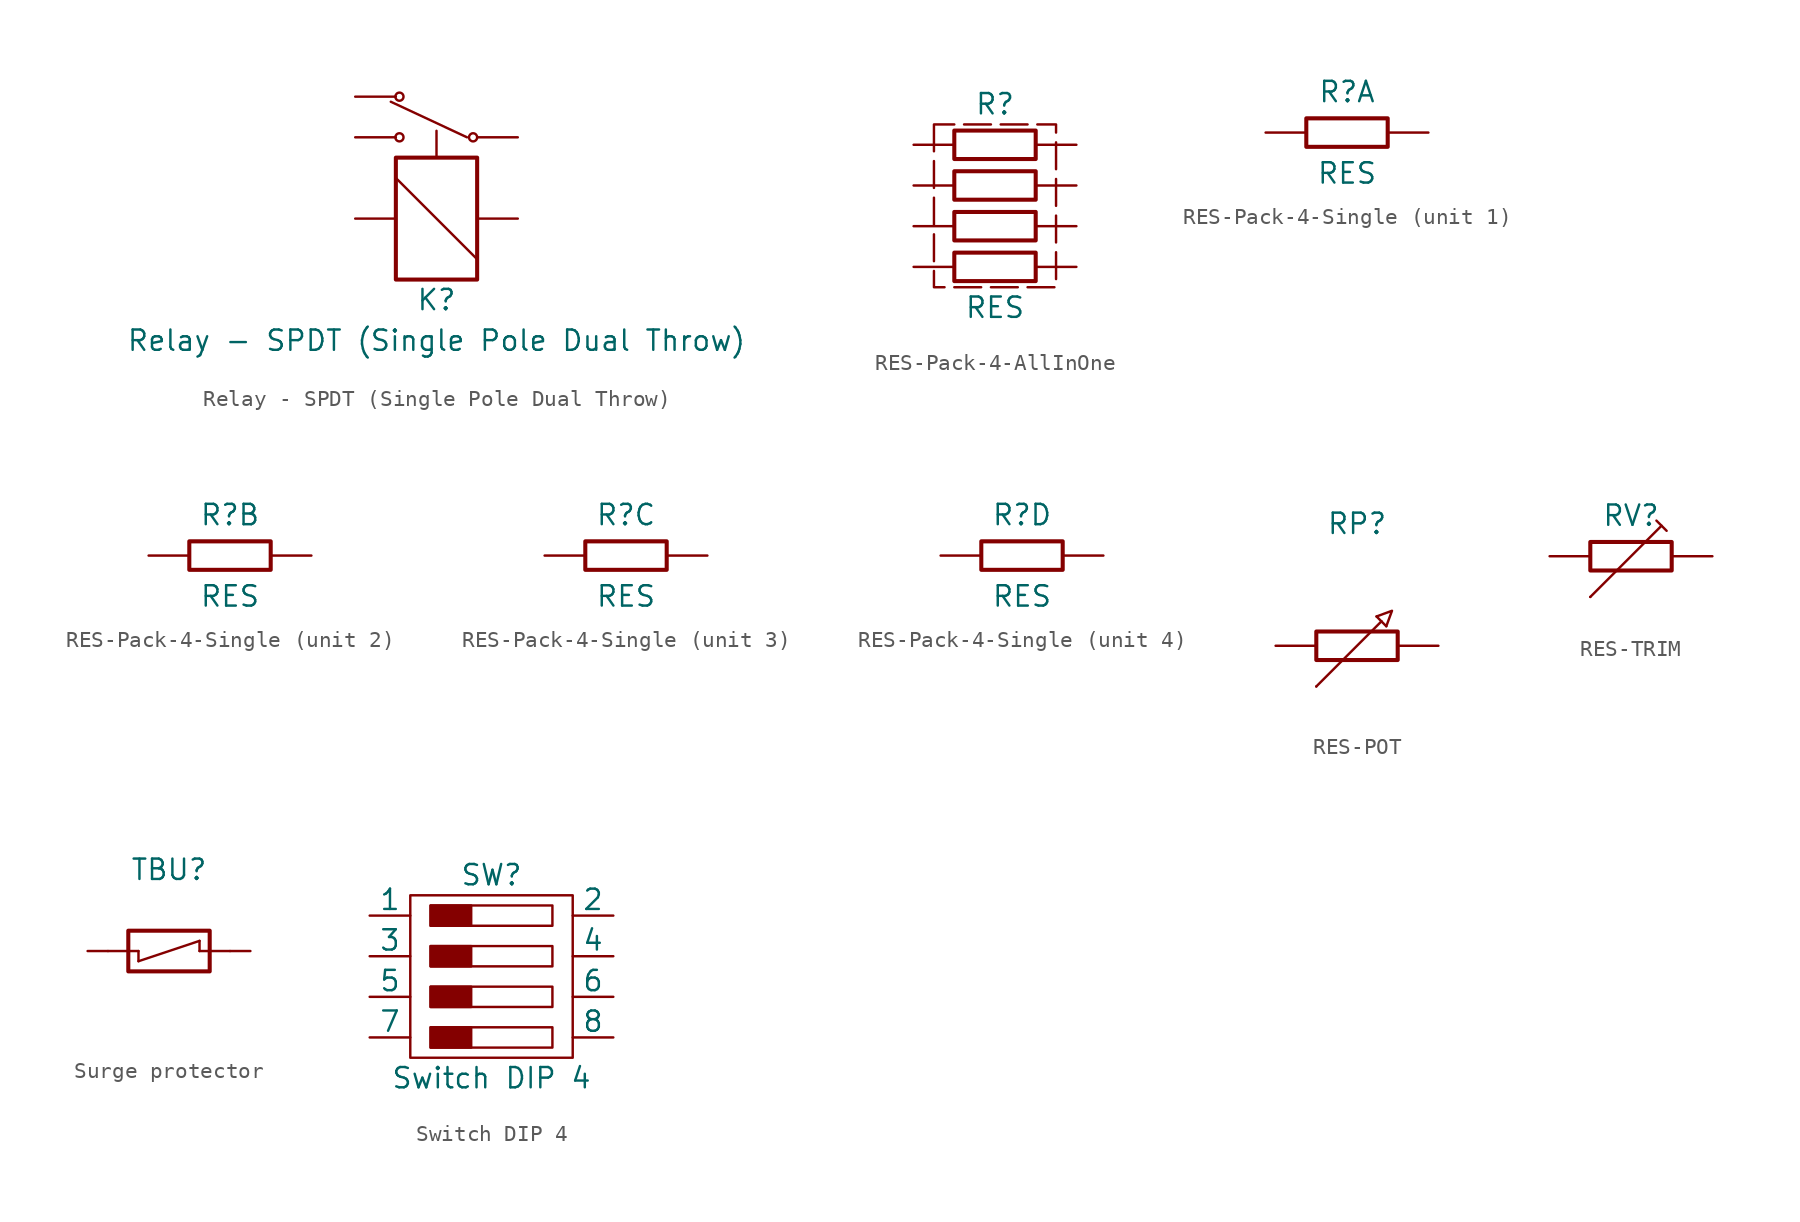
<source format=kicad_sym>
(kicad_symbol_lib
  (version 20241209)
  (generator "kicad_symbol_editor")
  (generator_version "9.0")
  (symbol "Relay - SPDT (Single Pole Dual Throw)"
    (pin_numbers
      (hide yes))
    (pin_names
      (offset 0)
      (hide yes))
    (property "Reference" "K"
      (at 0 -5.08 0)
      (effects (font (size 1.27 1.27))))
    (property "Value" "Relay - SPDT (Single Pole Dual Throw)"
      (at 0 -7.62 0)
      (effects (font (size 1.27 1.27))))
    (symbol "Relay - SPDT (Single Pole Dual Throw)_0_1"
      (rectangle (start -2.54 3.81) (end 2.54 -3.81) (stroke (width 0.254) (type default)) (fill (type none)))
      (polyline (pts (xy -2.54 2.54) (xy 2.54 -2.54)) (stroke (width 0) (type default)) (fill (type none))))
    (symbol "Relay - SPDT (Single Pole Dual Throw)_1_1"
      (circle (center -2.316 7.62) (radius 0.254) (stroke (width 0) (type default)) (fill (type none)))
      (circle (center -2.316 5.08) (radius 0.254) (stroke (width 0) (type default)) (fill (type none)))
      (polyline (pts (xy 0 3.81) (xy 0 6.032)) (stroke (width 0) (type dash)) (fill (type none)))
      (polyline (pts (xy 1.905 5.08) (xy -2.857 7.303)) (stroke (width 0) (type default)) (fill (type none)))
      (circle (center 2.286 5.08) (radius 0.254) (stroke (width 0) (type default)) (fill (type none)))
      (pin passive line (at -5.08 7.62 0) (length 2.54) (name "NC1" (effects (font (size 1.27 1.27)))) (number "NC1" (effects (font (size 1.27 1.27)))))
      (pin passive line (at -5.08 5.08 0) (length 2.54) (name "NO1" (effects (font (size 1.27 1.27)))) (number "NO1" (effects (font (size 1.27 1.27)))))
      (pin passive line (at -5.08 0 0) (length 2.54) (name "COIL1" (effects (font (size 1.27 1.27)))) (number "COIL1" (effects (font (size 1.27 1.27)))))
      (pin passive line (at 5.08 5.08 180) (length 2.54) (name "COM1" (effects (font (size 1.27 1.27)))) (number "COM1" (effects (font (size 1.27 1.27)))))
      (pin passive line (at 5.08 0 180) (length 2.54) (name "COIL2" (effects (font (size 1.27 1.27)))) (number "COIL2" (effects (font (size 1.27 1.27)))))))
  (symbol "RES-Pack-4-AllInOne"
    (pin_numbers
      (hide yes))
    (pin_names
      (offset 0)
      (hide yes))
    (property "Reference" "R"
      (at 0 5.08 0)
      (effects (font (size 1.27 1.27))))
    (property "Value" "RES"
      (at 0 -7.62 0)
      (effects (font (size 1.27 1.27))))
    (symbol "RES-Pack-4-AllInOne_0_1"
      (rectangle (start -2.54 3.429) (end 2.54 1.651) (stroke (width 0.254) (type default)) (fill (type none)))
      (rectangle (start -2.54 0.889) (end 2.54 -0.889) (stroke (width 0.254) (type default)) (fill (type none)))
      (rectangle (start -2.54 -1.651) (end 2.54 -3.429) (stroke (width 0.254) (type default)) (fill (type none)))
      (rectangle (start -2.54 -4.191) (end 2.54 -5.969) (stroke (width 0.254) (type default)) (fill (type none))))
    (symbol "RES-Pack-4-AllInOne_1_1"
      (polyline (pts (xy -3.81 3.81) (xy -3.81 -6.35) (xy 3.81 -6.35) (xy 3.81 3.81) (xy -3.81 3.81)) (stroke (width 0) (type dash)) (fill (type none)))
      (pin passive line (at -5.08 2.54 0) (length 2.54) (name "1" (effects (font (size 1.27 1.27)))) (number "1" (effects (font (size 1.27 1.27)))))
      (pin passive line (at -5.08 0 0) (length 2.54) (name "3" (effects (font (size 1.27 1.27)))) (number "3" (effects (font (size 1.27 1.27)))))
      (pin passive line (at -5.08 -2.54 0) (length 2.54) (name "5" (effects (font (size 1.27 1.27)))) (number "5" (effects (font (size 1.27 1.27)))))
      (pin passive line (at -5.08 -5.08 0) (length 2.54) (name "7" (effects (font (size 1.27 1.27)))) (number "7" (effects (font (size 1.27 1.27)))))
      (pin passive line (at 5.08 2.54 180) (length 2.54) (name "2" (effects (font (size 1.27 1.27)))) (number "2" (effects (font (size 1.27 1.27)))))
      (pin passive line (at 5.08 0 180) (length 2.54) (name "4" (effects (font (size 1.27 1.27)))) (number "4" (effects (font (size 1.27 1.27)))))
      (pin passive line (at 5.08 -2.54 180) (length 2.54) (name "6" (effects (font (size 1.27 1.27)))) (number "6" (effects (font (size 1.27 1.27)))))
      (pin passive line (at 5.08 -5.08 180) (length 2.54) (name "8" (effects (font (size 1.27 1.27)))) (number "8" (effects (font (size 1.27 1.27)))))))
  (symbol "RES-Pack-4-Single"
    (pin_numbers
      (hide yes))
    (pin_names
      (offset 0)
      (hide yes))
    (property "Reference" "R"
      (at 0 2.54 0)
      (effects (font (size 1.27 1.27))))
    (property "Value" "RES"
      (at 0 -2.54 0)
      (effects (font (size 1.27 1.27))))
    (symbol "RES-Pack-4-Single_0_1"
      (rectangle (start -2.54 0.889) (end 2.54 -0.889) (stroke (width 0.254) (type default)) (fill (type none))))
    (symbol "RES-Pack-4-Single_1_1"
      (pin passive line (at -5.08 0 0) (length 2.54) (name "1" (effects (font (size 1.27 1.27)))) (number "1" (effects (font (size 1.27 1.27)))))
      (pin passive line (at 5.08 0 180) (length 2.54) (name "2" (effects (font (size 1.27 1.27)))) (number "2" (effects (font (size 1.27 1.27))))))
    (symbol "RES-Pack-4-Single_2_1"
      (pin passive line (at -5.08 0 0) (length 2.54) (name "3" (effects (font (size 1.27 1.27)))) (number "3" (effects (font (size 1.27 1.27)))))
      (pin passive line (at 5.08 0 180) (length 2.54) (name "4" (effects (font (size 1.27 1.27)))) (number "4" (effects (font (size 1.27 1.27))))))
    (symbol "RES-Pack-4-Single_3_1"
      (pin passive line (at -5.08 0 0) (length 2.54) (name "5" (effects (font (size 1.27 1.27)))) (number "5" (effects (font (size 1.27 1.27)))))
      (pin passive line (at 5.08 0 180) (length 2.54) (name "6" (effects (font (size 1.27 1.27)))) (number "6" (effects (font (size 1.27 1.27))))))
    (symbol "RES-Pack-4-Single_4_1"
      (pin passive line (at -5.08 0 0) (length 2.54) (name "7" (effects (font (size 1.27 1.27)))) (number "7" (effects (font (size 1.27 1.27)))))
      (pin passive line (at 5.08 0 180) (length 2.54) (name "8" (effects (font (size 1.27 1.27)))) (number "8" (effects (font (size 1.27 1.27)))))))
  (symbol "RES-POT"
    (pin_numbers
      (hide yes))
    (pin_names
      (offset 0)
      (hide yes))
    (property "Reference" "RP"
      (at 0 7.62 0)
      (effects (font (size 1.27 1.27))))
    (property "Value" ""
      (at 0 -3.81 0)
      (effects (font (size 1.27 1.27))))
    (symbol "RES-POT_0_1"
      (rectangle (start -2.54 0.889) (end 2.54 -0.889) (stroke (width 0.254) (type default)) (fill (type none)))
      (polyline (pts (xy -2.54 -2.54) (xy -2.54 -2.54) (xy 1.524 1.524) (xy 1.524 1.524)) (stroke (width 0) (type default)) (fill (type none)))
      (polyline (pts (xy 1.524 1.524) (xy 1.219 1.829)) (stroke (width 0) (type default)) (fill (type none)))
      (polyline (pts (xy 1.524 1.524) (xy 1.829 1.219)) (stroke (width 0) (type default)) (fill (type none)))
      (polyline (pts (xy 1.829 1.219) (xy 2.184 2.184) (xy 1.219 1.829)) (stroke (width 0) (type default)) (fill (type none))))
    (symbol "RES-POT_1_1"
      (pin passive line (at -5.08 0 0) (length 2.54) (name "1" (effects (font (size 1.27 1.27)))) (number "1" (effects (font (size 1.27 1.27)))))
      (pin passive line (at -2.54 -2.54 0) (length 0) (name "2" (effects (font (size 1.27 1.27)))) (number "2" (effects (font (size 1.27 1.27)))))
      (pin passive line (at 5.08 0 180) (length 2.54) (name "3" (effects (font (size 1.27 1.27)))) (number "3" (effects (font (size 1.27 1.27)))))))
  (symbol "RES-TRIM"
    (pin_numbers
      (hide yes))
    (pin_names
      (offset 0)
      (hide yes))
    (property "Reference" "RV"
      (at 0 2.54 0)
      (effects (font (size 1.27 1.27))))
    (property "Value" ""
      (at 0 -3.81 0)
      (effects (font (size 1.27 1.27))))
    (symbol "RES-TRIM_0_1"
      (rectangle (start -2.54 0.889) (end 2.54 -0.889) (stroke (width 0.254) (type default)) (fill (type none)))
      (polyline (pts (xy -2.54 -2.54) (xy -2.54 -2.54) (xy 1.905 1.905) (xy 1.905 1.905)) (stroke (width 0) (type default)) (fill (type none)))
      (polyline (pts (xy 2.223 1.587) (xy 2.223 1.587) (xy 1.587 2.223) (xy 1.587 2.223)) (stroke (width 0) (type default)) (fill (type none))))
    (symbol "RES-TRIM_1_1"
      (pin passive line (at -5.08 0 0) (length 2.54) (name "1" (effects (font (size 1.27 1.27)))) (number "1" (effects (font (size 1.27 1.27)))))
      (pin passive line (at -2.54 -2.54 0) (length 0) (name "2" (effects (font (size 1.27 1.27)))) (number "2" (effects (font (size 1.27 1.27)))))
      (pin passive line (at 5.08 0 180) (length 2.54) (name "3" (effects (font (size 1.27 1.27)))) (number "3" (effects (font (size 1.27 1.27)))))))
  (symbol "Surge protector"
    (pin_numbers
      (hide yes))
    (pin_names
      (offset 0)
      (hide yes))
    (property "Reference" "TBU"
      (at 0 5.08 0)
      (effects (font (size 1.27 1.27))))
    (property "Value" ""
      (at 0 -5.08 0)
      (effects (font (size 1.27 1.27))))
    (symbol "Surge protector_0_0"
      (polyline (pts (xy -3.81 0) (xy -1.905 0)) (stroke (width 0.152) (type default)) (fill (type none)))
      (polyline (pts (xy -1.905 0) (xy -1.905 -0.635)) (stroke (width 0.152) (type default)) (fill (type none)))
      (polyline (pts (xy -1.905 -0.635) (xy 1.905 0.635)) (stroke (width 0.152) (type default)) (fill (type none)))
      (polyline (pts (xy 1.905 0) (xy 1.905 0.635)) (stroke (width 0.152) (type default)) (fill (type none)))
      (polyline (pts (xy 3.81 0) (xy 1.905 0)) (stroke (width 0.152) (type default)) (fill (type none))))
    (symbol "Surge protector_0_1"
      (rectangle (start -2.54 1.27) (end 2.54 -1.27) (stroke (width 0.254) (type default)) (fill (type none))))
    (symbol "Surge protector_1_1"
      (pin passive line (at -5.08 0 0) (length 1.27) (name "1" (effects (font (size 1.27 1.27)))) (number "1" (effects (font (size 1.27 1.27)))))
      (pin passive line (at 5.08 0 180) (length 1.27) (name "2" (effects (font (size 1.27 1.27)))) (number "2" (effects (font (size 1.27 1.27)))))))
  (symbol "Switch DIP 4"
    (pin_numbers
      (hide yes))
    (pin_names
      (offset 0))
    (property "Reference" "SW"
      (at 0 5.08 0)
      (effects (font (size 1.27 1.27))))
    (property "Value" "Switch DIP 4"
      (at 0 -7.62 0)
      (effects (font (size 1.27 1.27))))
    (symbol "Switch DIP 4_0_1"
      (polyline (pts (xy -5.08 3.81) (xy -5.08 -6.35) (xy 5.08 -6.35) (xy 5.08 3.81) (xy -5.08 3.81)) (stroke (width 0) (type default)) (fill (type none)))
      (rectangle (start -3.81 3.175) (end 3.81 1.905) (stroke (width 0) (type default)) (fill (type none)))
      (rectangle (start -3.81 0.635) (end 3.81 -0.635) (stroke (width 0) (type default)) (fill (type none)))
      (rectangle (start -3.81 -1.905) (end 3.81 -3.175) (stroke (width 0) (type default)) (fill (type none)))
      (rectangle (start -3.81 -4.445) (end 3.81 -5.715) (stroke (width 0) (type default)) (fill (type none))))
    (symbol "Switch DIP 4_1_1"
      (rectangle (start -3.81 3.175) (end -1.27 1.905) (stroke (width 0) (type default)) (fill (type outline)))
      (rectangle (start -3.81 0.635) (end -1.27 -0.635) (stroke (width 0) (type default)) (fill (type outline)))
      (rectangle (start -3.81 -1.905) (end -1.27 -3.175) (stroke (width 0) (type default)) (fill (type outline)))
      (rectangle (start -3.81 -4.445) (end -1.27 -5.715) (stroke (width 0) (type default)) (fill (type outline)))
      (pin passive line (at -7.62 2.54 0) (length 2.54) (name "1" (effects (font (size 1.27 1.27)))) (number "1" (effects (font (size 1.27 1.27)))))
      (pin passive line (at -7.62 0 0) (length 2.54) (name "3" (effects (font (size 1.27 1.27)))) (number "3" (effects (font (size 1.27 1.27)))))
      (pin passive line (at -7.62 -2.54 0) (length 2.54) (name "5" (effects (font (size 1.27 1.27)))) (number "5" (effects (font (size 1.27 1.27)))))
      (pin passive line (at -7.62 -5.08 0) (length 2.54) (name "7" (effects (font (size 1.27 1.27)))) (number "7" (effects (font (size 1.27 1.27)))))
      (pin passive line (at 7.62 2.54 180) (length 2.54) (name "2" (effects (font (size 1.27 1.27)))) (number "2" (effects (font (size 1.27 1.27)))))
      (pin passive line (at 7.62 0 180) (length 2.54) (name "4" (effects (font (size 1.27 1.27)))) (number "4" (effects (font (size 1.27 1.27)))))
      (pin passive line (at 7.62 -2.54 180) (length 2.54) (name "6" (effects (font (size 1.27 1.27)))) (number "6" (effects (font (size 1.27 1.27)))))
      (pin passive line (at 7.62 -5.08 180) (length 2.54) (name "8" (effects (font (size 1.27 1.27)))) (number "8" (effects (font (size 1.27 1.27))))))))
</source>
